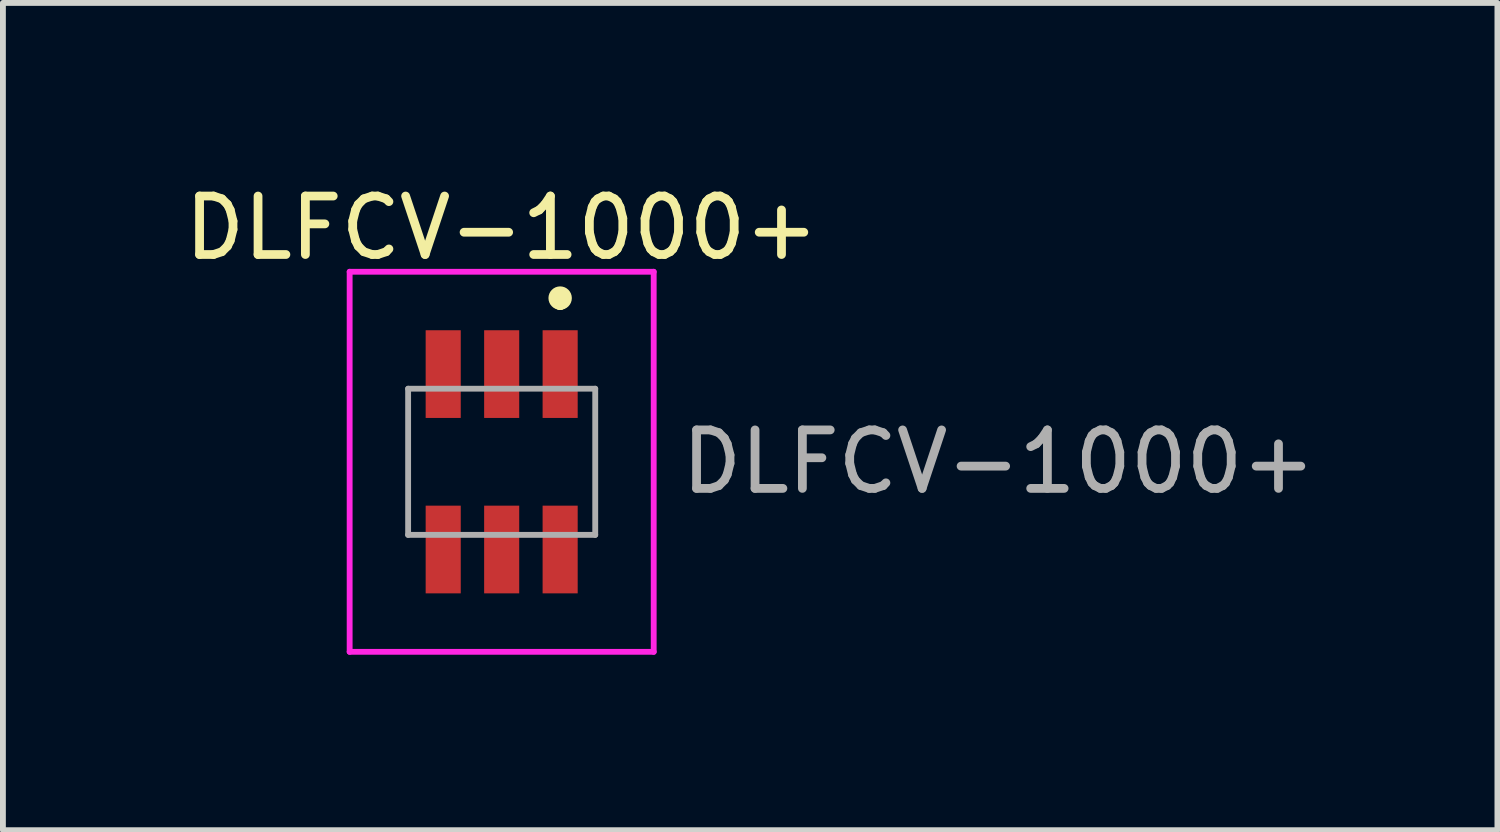
<source format=kicad_pcb>
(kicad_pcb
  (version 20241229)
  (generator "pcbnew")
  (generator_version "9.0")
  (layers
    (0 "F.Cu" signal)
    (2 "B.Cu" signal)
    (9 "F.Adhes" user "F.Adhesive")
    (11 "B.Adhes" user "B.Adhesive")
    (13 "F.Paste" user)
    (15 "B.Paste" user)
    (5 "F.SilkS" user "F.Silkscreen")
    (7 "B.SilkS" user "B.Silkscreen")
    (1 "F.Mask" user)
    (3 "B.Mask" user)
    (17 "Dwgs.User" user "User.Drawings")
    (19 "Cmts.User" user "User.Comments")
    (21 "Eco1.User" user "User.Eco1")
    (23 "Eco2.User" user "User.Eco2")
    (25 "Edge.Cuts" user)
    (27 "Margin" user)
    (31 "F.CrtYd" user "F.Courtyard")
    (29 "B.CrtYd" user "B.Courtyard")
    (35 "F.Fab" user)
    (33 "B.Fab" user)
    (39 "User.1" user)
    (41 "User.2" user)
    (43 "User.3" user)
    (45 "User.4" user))
  (footprint "DLFCV-1000+"
    (layer "F.Cu")
    (at 5.53 4.848)
    (property "Reference" "DLFCV-1000+" (at 0 -4 0) (layer "F.SilkS") (effects (font (size 1 1) (thickness 0.15))))
    (attr smd)
    (fp_line (start 1 -2.8) (end 1 -2.8) (stroke (width 0.2) (type solid)) (layer "F.SilkS"))
    (fp_line (start 1 -2.8) (end 1 -2.8) (stroke (width 0.2) (type solid)) (layer "F.SilkS"))
    (fp_line (start 1 -2.8) (end 1 -2.7) (stroke (width 0.2) (type solid)) (layer "F.SilkS"))
    (fp_line (start 1 -2.7) (end 1 -2.7) (stroke (width 0.2) (type solid)) (layer "F.SilkS"))
    (fp_arc (start 1 -2.8) (mid 1 -2.8) (end 1 -2.8) (stroke (width 0.2) (type solid)) (layer "F.SilkS"))
    (fp_arc (start 1 -2.8) (mid 1.05 -2.75) (end 1 -2.7) (stroke (width 0.2) (type solid)) (layer "F.SilkS"))
    (fp_arc (start 1 -2.7) (mid 0.95 -2.75) (end 1 -2.8) (stroke (width 0.2) (type solid)) (layer "F.SilkS"))
    (fp_line (start -2.6 -3.25) (end 2.6 -3.25) (stroke (width 0.1) (type solid)) (layer "F.CrtYd"))
    (fp_line (start -2.6 3.25) (end -2.6 -3.25) (stroke (width 0.1) (type solid)) (layer "F.CrtYd"))
    (fp_line (start 2.6 -3.25) (end 2.6 3.25) (stroke (width 0.1) (type solid)) (layer "F.CrtYd"))
    (fp_line (start 2.6 3.25) (end -2.6 3.25) (stroke (width 0.1) (type solid)) (layer "F.CrtYd"))
    (fp_line (start -1.6 -1.25) (end -1.6 1.25) (stroke (width 0.1) (type solid)) (layer "F.Fab"))
    (fp_line (start -1.6 1.25) (end 1.6 1.25) (stroke (width 0.1) (type solid)) (layer "F.Fab"))
    (fp_line (start 1.6 -1.25) (end -1.6 -1.25) (stroke (width 0.1) (type solid)) (layer "F.Fab"))
    (fp_line (start 1.6 1.25) (end 1.6 -1.25) (stroke (width 0.1) (type solid)) (layer "F.Fab"))
    (fp_text user "${REFERENCE}" (at 8.5 0 0) (layer "F.Fab") (effects (font (size 1 1) (thickness 0.15))))
    (pad "1" smd rect (at 1 -1.5) (size 0.6 1.5) (layers "F.Cu" "F.Mask" "F.Paste"))
    (pad "2" smd rect (at 0 -1.5) (size 0.6 1.5) (layers "F.Cu" "F.Mask" "F.Paste"))
    (pad "3" smd rect (at -1 -1.5) (size 0.6 1.5) (layers "F.Cu" "F.Mask" "F.Paste"))
    (pad "4" smd rect (at -1 1.5) (size 0.6 1.5) (layers "F.Cu" "F.Mask" "F.Paste"))
    (pad "5" smd rect (at 0 1.5) (size 0.6 1.5) (layers "F.Cu" "F.Mask" "F.Paste"))
    (pad "6" smd rect (at 1 1.5) (size 0.6 1.5) (layers "F.Cu" "F.Mask" "F.Paste")))
  (gr_rect
    (start -3 -3)
    (end 22.56 11.148)
    (stroke (width 0.1) (type default))
    (fill no)
    (layer "Edge.Cuts")))
</source>
